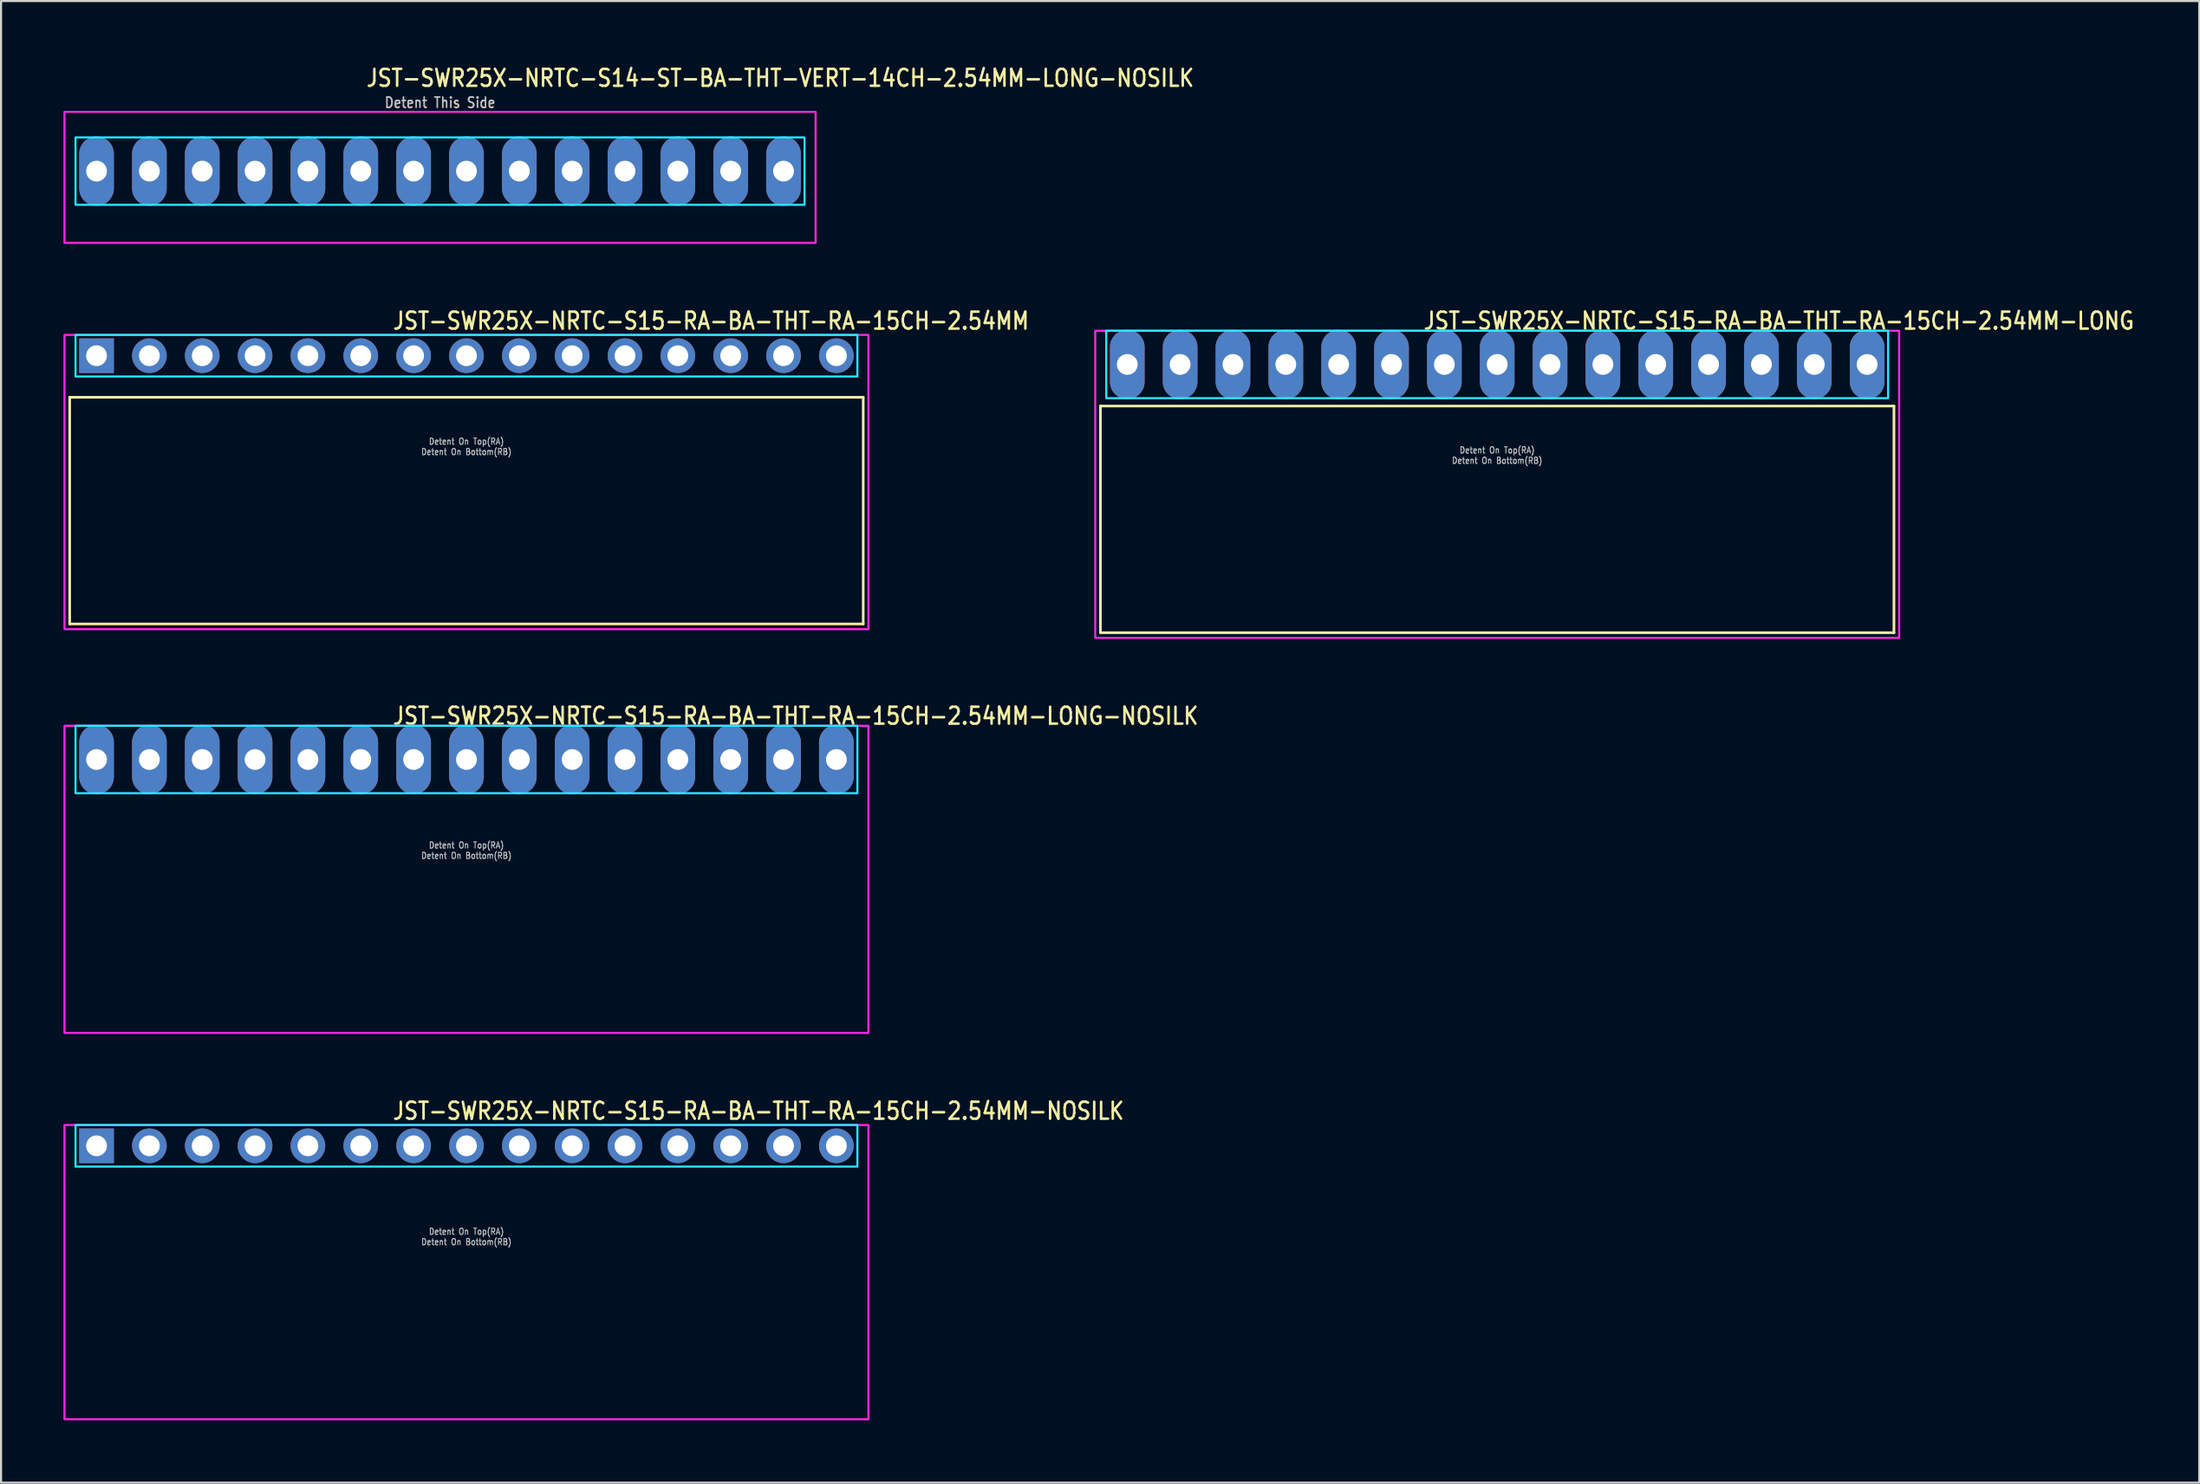
<source format=kicad_pcb>
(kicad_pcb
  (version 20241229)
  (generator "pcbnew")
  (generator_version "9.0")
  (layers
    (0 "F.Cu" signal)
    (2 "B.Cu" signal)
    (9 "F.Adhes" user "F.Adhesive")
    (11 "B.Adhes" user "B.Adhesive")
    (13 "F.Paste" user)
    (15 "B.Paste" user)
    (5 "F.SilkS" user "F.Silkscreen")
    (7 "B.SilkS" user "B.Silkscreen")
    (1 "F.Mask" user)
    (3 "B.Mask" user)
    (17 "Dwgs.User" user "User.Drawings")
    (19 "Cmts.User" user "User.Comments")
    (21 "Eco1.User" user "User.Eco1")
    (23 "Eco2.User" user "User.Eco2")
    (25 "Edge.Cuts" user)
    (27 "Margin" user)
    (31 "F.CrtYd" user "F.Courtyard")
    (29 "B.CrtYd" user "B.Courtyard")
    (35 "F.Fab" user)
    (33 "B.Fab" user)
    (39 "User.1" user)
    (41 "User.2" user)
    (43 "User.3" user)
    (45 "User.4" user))
  (footprint "JST-SWR25X-NRTC-S15-RA-BA-THT-RA-15CH-2.54MM"
    (layer "F.Cu")
    (at 19.37 14.057)
    (property "Reference" "JST-SWR25X-NRTC-S15-RA-BA-THT-RA-15CH-2.54MM" (at -3.6 -1.2 0) (unlocked yes) (layer "F.SilkS") (effects (font (size 0.813 0.695) (thickness 0.122)) (justify left bottom)))
    (fp_line (start -19.07 2) (end 19.07 2) (stroke (width 0.127) (type solid)) (layer "F.SilkS"))
    (fp_line (start -19.07 12.9) (end -19.07 2) (stroke (width 0.127) (type solid)) (layer "F.SilkS"))
    (fp_line (start -19.07 12.9) (end 19.07 12.9) (stroke (width 0.127) (type solid)) (layer "F.SilkS"))
    (fp_line (start 19.07 2) (end 19.07 12.9) (stroke (width 0.127) (type solid)) (layer "F.SilkS"))
    (fp_poly (pts (xy -18.79 -1) (xy -18.79 1) (xy 18.79 1) (xy 18.79 -1)) (stroke (width 0.1) (type solid)) (fill no) (layer "B.CrtYd"))
    (fp_poly (pts (xy -19.32 -1) (xy -19.32 13.15) (xy 19.32 13.15) (xy 19.32 -1)) (stroke (width 0.1) (type solid)) (fill no) (layer "F.CrtYd"))
    (fp_text user "Detent On Top(RA)" (at 0 4.3 0) (unlocked yes) (layer "Dwgs.User") (effects (font (size 0.3 0.257) (thickness 0.045)) (justify bottom)))
    (fp_text user "Detent On Bottom(RB)" (at 0 4.8 0) (unlocked yes) (layer "Dwgs.User") (effects (font (size 0.3 0.257) (thickness 0.045)) (justify bottom)))
    (pad "P$1" thru_hole rect (at -17.78 0) (size 1.667 1.667) (drill 1) (layers "*.Cu" "*.Mask"))
    (pad "P$2" thru_hole oval (at -15.24 0) (size 1.667 1.667) (drill 1) (layers "*.Cu" "*.Mask"))
    (pad "P$3" thru_hole oval (at -12.7 0) (size 1.667 1.667) (drill 1) (layers "*.Cu" "*.Mask"))
    (pad "P$4" thru_hole oval (at -10.16 0) (size 1.667 1.667) (drill 1) (layers "*.Cu" "*.Mask"))
    (pad "P$5" thru_hole oval (at -7.62 0) (size 1.667 1.667) (drill 1) (layers "*.Cu" "*.Mask"))
    (pad "P$6" thru_hole oval (at -5.08 0) (size 1.667 1.667) (drill 1) (layers "*.Cu" "*.Mask"))
    (pad "P$7" thru_hole oval (at -2.54 0) (size 1.667 1.667) (drill 1) (layers "*.Cu" "*.Mask"))
    (pad "P$8" thru_hole oval (at 0 0) (size 1.667 1.667) (drill 1) (layers "*.Cu" "*.Mask"))
    (pad "P$9" thru_hole oval (at 2.54 0) (size 1.667 1.667) (drill 1) (layers "*.Cu" "*.Mask"))
    (pad "P$10" thru_hole oval (at 5.08 0) (size 1.667 1.667) (drill 1) (layers "*.Cu" "*.Mask"))
    (pad "P$11" thru_hole oval (at 7.62 0) (size 1.667 1.667) (drill 1) (layers "*.Cu" "*.Mask"))
    (pad "P$12" thru_hole oval (at 10.16 0) (size 1.667 1.667) (drill 1) (layers "*.Cu" "*.Mask"))
    (pad "P$13" thru_hole oval (at 12.7 0) (size 1.667 1.667) (drill 1) (layers "*.Cu" "*.Mask"))
    (pad "P$14" thru_hole oval (at 15.24 0) (size 1.667 1.667) (drill 1) (layers "*.Cu" "*.Mask"))
    (pad "P$15" thru_hole oval (at 17.78 0) (size 1.667 1.667) (drill 1) (layers "*.Cu" "*.Mask")))
  (footprint "JST-SWR25X-NRTC-S15-RA-BA-THT-RA-15CH-2.54MM-NOSILK"
    (layer "F.Cu")
    (at 19.37 52.054)
    (property "Reference" "JST-SWR25X-NRTC-S15-RA-BA-THT-RA-15CH-2.54MM-NOSILK" (at -3.6 -1.2 0) (unlocked yes) (layer "F.SilkS") (effects (font (size 0.813 0.695) (thickness 0.122)) (justify left bottom)))
    (fp_poly (pts (xy -18.79 -1) (xy -18.79 1) (xy 18.79 1) (xy 18.79 -1)) (stroke (width 0.1) (type solid)) (fill no) (layer "B.CrtYd"))
    (fp_poly (pts (xy -19.32 -1) (xy -19.32 13.15) (xy 19.32 13.15) (xy 19.32 -1)) (stroke (width 0.1) (type solid)) (fill no) (layer "F.CrtYd"))
    (fp_text user "Detent On Top(RA)" (at 0 4.3 0) (unlocked yes) (layer "Dwgs.User") (effects (font (size 0.3 0.257) (thickness 0.045)) (justify bottom)))
    (fp_text user "Detent On Bottom(RB)" (at 0 4.8 0) (unlocked yes) (layer "Dwgs.User") (effects (font (size 0.3 0.257) (thickness 0.045)) (justify bottom)))
    (pad "P$1" thru_hole rect (at -17.78 0) (size 1.667 1.667) (drill 1) (layers "*.Cu" "*.Mask"))
    (pad "P$2" thru_hole oval (at -15.24 0) (size 1.667 1.667) (drill 1) (layers "*.Cu" "*.Mask"))
    (pad "P$3" thru_hole oval (at -12.7 0) (size 1.667 1.667) (drill 1) (layers "*.Cu" "*.Mask"))
    (pad "P$4" thru_hole oval (at -10.16 0) (size 1.667 1.667) (drill 1) (layers "*.Cu" "*.Mask"))
    (pad "P$5" thru_hole oval (at -7.62 0) (size 1.667 1.667) (drill 1) (layers "*.Cu" "*.Mask"))
    (pad "P$6" thru_hole oval (at -5.08 0) (size 1.667 1.667) (drill 1) (layers "*.Cu" "*.Mask"))
    (pad "P$7" thru_hole oval (at -2.54 0) (size 1.667 1.667) (drill 1) (layers "*.Cu" "*.Mask"))
    (pad "P$8" thru_hole oval (at 0 0) (size 1.667 1.667) (drill 1) (layers "*.Cu" "*.Mask"))
    (pad "P$9" thru_hole oval (at 2.54 0) (size 1.667 1.667) (drill 1) (layers "*.Cu" "*.Mask"))
    (pad "P$10" thru_hole oval (at 5.08 0) (size 1.667 1.667) (drill 1) (layers "*.Cu" "*.Mask"))
    (pad "P$11" thru_hole oval (at 7.62 0) (size 1.667 1.667) (drill 1) (layers "*.Cu" "*.Mask"))
    (pad "P$12" thru_hole oval (at 10.16 0) (size 1.667 1.667) (drill 1) (layers "*.Cu" "*.Mask"))
    (pad "P$13" thru_hole oval (at 12.7 0) (size 1.667 1.667) (drill 1) (layers "*.Cu" "*.Mask"))
    (pad "P$14" thru_hole oval (at 15.24 0) (size 1.667 1.667) (drill 1) (layers "*.Cu" "*.Mask"))
    (pad "P$15" thru_hole oval (at 17.78 0) (size 1.667 1.667) (drill 1) (layers "*.Cu" "*.Mask")))
  (footprint "JST-SWR25X-NRTC-S15-RA-BA-THT-RA-15CH-2.54MM-LONG-NOSILK"
    (layer "F.Cu")
    (at 19.37 33.476)
    (property "Reference" "JST-SWR25X-NRTC-S15-RA-BA-THT-RA-15CH-2.54MM-LONG-NOSILK" (at -3.6 -1.62 0) (unlocked yes) (layer "F.SilkS") (effects (font (size 0.813 0.695) (thickness 0.122)) (justify left bottom)))
    (fp_poly (pts (xy -18.79 -1.62) (xy -18.79 1.62) (xy 18.79 1.62) (xy 18.79 -1.62)) (stroke (width 0.1) (type solid)) (fill no) (layer "B.CrtYd"))
    (fp_poly (pts (xy -19.32 -1.62) (xy -19.32 13.15) (xy 19.32 13.15) (xy 19.32 -1.62)) (stroke (width 0.1) (type solid)) (fill no) (layer "F.CrtYd"))
    (fp_text user "Detent On Bottom(RB)" (at 0 4.8 0) (unlocked yes) (layer "Dwgs.User") (effects (font (size 0.3 0.257) (thickness 0.045)) (justify bottom)))
    (fp_text user "Detent On Top(RA)" (at 0 4.3 0) (unlocked yes) (layer "Dwgs.User") (effects (font (size 0.3 0.257) (thickness 0.045)) (justify bottom)))
    (pad "P$1" thru_hole oval (at -17.78 0 90) (size 3.333 1.667) (drill 1) (layers "*.Cu" "*.Mask"))
    (pad "P$2" thru_hole oval (at -15.24 0 90) (size 3.333 1.667) (drill 1) (layers "*.Cu" "*.Mask"))
    (pad "P$3" thru_hole oval (at -12.7 0 90) (size 3.333 1.667) (drill 1) (layers "*.Cu" "*.Mask"))
    (pad "P$4" thru_hole oval (at -10.16 0 90) (size 3.333 1.667) (drill 1) (layers "*.Cu" "*.Mask"))
    (pad "P$5" thru_hole oval (at -7.62 0 90) (size 3.333 1.667) (drill 1) (layers "*.Cu" "*.Mask"))
    (pad "P$6" thru_hole oval (at -5.08 0 90) (size 3.333 1.667) (drill 1) (layers "*.Cu" "*.Mask"))
    (pad "P$7" thru_hole oval (at -2.54 0 90) (size 3.333 1.667) (drill 1) (layers "*.Cu" "*.Mask"))
    (pad "P$8" thru_hole oval (at 0 0 90) (size 3.333 1.667) (drill 1) (layers "*.Cu" "*.Mask"))
    (pad "P$9" thru_hole oval (at 2.54 0 90) (size 3.333 1.667) (drill 1) (layers "*.Cu" "*.Mask"))
    (pad "P$10" thru_hole oval (at 5.08 0 90) (size 3.333 1.667) (drill 1) (layers "*.Cu" "*.Mask"))
    (pad "P$11" thru_hole oval (at 7.62 0 90) (size 3.333 1.667) (drill 1) (layers "*.Cu" "*.Mask"))
    (pad "P$12" thru_hole oval (at 10.16 0 90) (size 3.333 1.667) (drill 1) (layers "*.Cu" "*.Mask"))
    (pad "P$13" thru_hole oval (at 12.7 0 90) (size 3.333 1.667) (drill 1) (layers "*.Cu" "*.Mask"))
    (pad "P$14" thru_hole oval (at 15.24 0 90) (size 3.333 1.667) (drill 1) (layers "*.Cu" "*.Mask"))
    (pad "P$15" thru_hole oval (at 17.78 0 90) (size 3.333 1.667) (drill 1) (layers "*.Cu" "*.Mask")))
  (footprint "JST-SWR25X-NRTC-S14-ST-BA-THT-VERT-14CH-2.54MM-LONG-NOSILK"
    (layer "F.Cu")
    (at 18.1 5.179)
    (property "Reference" "JST-SWR25X-NRTC-S14-ST-BA-THT-VERT-14CH-2.54MM-LONG-NOSILK" (at -3.6 -4 0) (unlocked yes) (layer "F.SilkS") (effects (font (size 0.813 0.695) (thickness 0.122)) (justify left bottom)))
    (fp_poly (pts (xy -17.52 -1.62) (xy -17.52 1.62) (xy 17.52 1.62) (xy 17.52 -1.62)) (stroke (width 0.1) (type solid)) (fill no) (layer "B.CrtYd"))
    (fp_poly (pts (xy -18.05 -2.85) (xy -18.05 3.45) (xy 18.05 3.45) (xy 18.05 -2.85)) (stroke (width 0.1) (type solid)) (fill no) (layer "F.CrtYd"))
    (fp_text user "Detent This Side" (at 0 -3 0) (unlocked yes) (layer "Dwgs.User") (effects (font (size 0.5 0.427) (thickness 0.075)) (justify bottom)))
    (pad "P$1" thru_hole oval (at -16.51 0 90) (size 3.333 1.667) (drill 1) (layers "*.Cu" "*.Mask"))
    (pad "P$2" thru_hole oval (at -13.97 0 90) (size 3.333 1.667) (drill 1) (layers "*.Cu" "*.Mask"))
    (pad "P$3" thru_hole oval (at -11.43 0 90) (size 3.333 1.667) (drill 1) (layers "*.Cu" "*.Mask"))
    (pad "P$4" thru_hole oval (at -8.89 0 90) (size 3.333 1.667) (drill 1) (layers "*.Cu" "*.Mask"))
    (pad "P$5" thru_hole oval (at -6.35 0 90) (size 3.333 1.667) (drill 1) (layers "*.Cu" "*.Mask"))
    (pad "P$6" thru_hole oval (at -3.81 0 90) (size 3.333 1.667) (drill 1) (layers "*.Cu" "*.Mask"))
    (pad "P$7" thru_hole oval (at -1.27 0 90) (size 3.333 1.667) (drill 1) (layers "*.Cu" "*.Mask"))
    (pad "P$8" thru_hole oval (at 1.27 0 90) (size 3.333 1.667) (drill 1) (layers "*.Cu" "*.Mask"))
    (pad "P$9" thru_hole oval (at 3.81 0 90) (size 3.333 1.667) (drill 1) (layers "*.Cu" "*.Mask"))
    (pad "P$10" thru_hole oval (at 6.35 0 90) (size 3.333 1.667) (drill 1) (layers "*.Cu" "*.Mask"))
    (pad "P$11" thru_hole oval (at 8.89 0 90) (size 3.333 1.667) (drill 1) (layers "*.Cu" "*.Mask"))
    (pad "P$12" thru_hole oval (at 11.43 0 90) (size 3.333 1.667) (drill 1) (layers "*.Cu" "*.Mask"))
    (pad "P$13" thru_hole oval (at 13.97 0 90) (size 3.333 1.667) (drill 1) (layers "*.Cu" "*.Mask"))
    (pad "P$14" thru_hole oval (at 16.51 0 90) (size 3.333 1.667) (drill 1) (layers "*.Cu" "*.Mask")))
  (footprint "JST-SWR25X-NRTC-S15-RA-BA-THT-RA-15CH-2.54MM-LONG"
    (layer "F.Cu")
    (at 68.911 14.477)
    (property "Reference" "JST-SWR25X-NRTC-S15-RA-BA-THT-RA-15CH-2.54MM-LONG" (at -3.6 -1.62 0) (unlocked yes) (layer "F.SilkS") (effects (font (size 0.813 0.695) (thickness 0.122)) (justify left bottom)))
    (fp_line (start -19.07 2) (end 19.07 2) (stroke (width 0.127) (type solid)) (layer "F.SilkS"))
    (fp_line (start -19.07 12.9) (end -19.07 2) (stroke (width 0.127) (type solid)) (layer "F.SilkS"))
    (fp_line (start -19.07 12.9) (end 19.07 12.9) (stroke (width 0.127) (type solid)) (layer "F.SilkS"))
    (fp_line (start 19.07 2) (end 19.07 12.9) (stroke (width 0.127) (type solid)) (layer "F.SilkS"))
    (fp_poly (pts (xy -18.79 -1.62) (xy -18.79 1.62) (xy 18.79 1.62) (xy 18.79 -1.62)) (stroke (width 0.1) (type solid)) (fill no) (layer "B.CrtYd"))
    (fp_poly (pts (xy -19.32 -1.62) (xy -19.32 13.15) (xy 19.32 13.15) (xy 19.32 -1.62)) (stroke (width 0.1) (type solid)) (fill no) (layer "F.CrtYd"))
    (fp_text user "Detent On Bottom(RB)" (at 0 4.8 0) (unlocked yes) (layer "Dwgs.User") (effects (font (size 0.3 0.257) (thickness 0.045)) (justify bottom)))
    (fp_text user "Detent On Top(RA)" (at 0 4.3 0) (unlocked yes) (layer "Dwgs.User") (effects (font (size 0.3 0.257) (thickness 0.045)) (justify bottom)))
    (pad "P$1" thru_hole oval (at -17.78 0 90) (size 3.333 1.667) (drill 1) (layers "*.Cu" "*.Mask"))
    (pad "P$2" thru_hole oval (at -15.24 0 90) (size 3.333 1.667) (drill 1) (layers "*.Cu" "*.Mask"))
    (pad "P$3" thru_hole oval (at -12.7 0 90) (size 3.333 1.667) (drill 1) (layers "*.Cu" "*.Mask"))
    (pad "P$4" thru_hole oval (at -10.16 0 90) (size 3.333 1.667) (drill 1) (layers "*.Cu" "*.Mask"))
    (pad "P$5" thru_hole oval (at -7.62 0 90) (size 3.333 1.667) (drill 1) (layers "*.Cu" "*.Mask"))
    (pad "P$6" thru_hole oval (at -5.08 0 90) (size 3.333 1.667) (drill 1) (layers "*.Cu" "*.Mask"))
    (pad "P$7" thru_hole oval (at -2.54 0 90) (size 3.333 1.667) (drill 1) (layers "*.Cu" "*.Mask"))
    (pad "P$8" thru_hole oval (at 0 0 90) (size 3.333 1.667) (drill 1) (layers "*.Cu" "*.Mask"))
    (pad "P$9" thru_hole oval (at 2.54 0 90) (size 3.333 1.667) (drill 1) (layers "*.Cu" "*.Mask"))
    (pad "P$10" thru_hole oval (at 5.08 0 90) (size 3.333 1.667) (drill 1) (layers "*.Cu" "*.Mask"))
    (pad "P$11" thru_hole oval (at 7.62 0 90) (size 3.333 1.667) (drill 1) (layers "*.Cu" "*.Mask"))
    (pad "P$12" thru_hole oval (at 10.16 0 90) (size 3.333 1.667) (drill 1) (layers "*.Cu" "*.Mask"))
    (pad "P$13" thru_hole oval (at 12.7 0 90) (size 3.333 1.667) (drill 1) (layers "*.Cu" "*.Mask"))
    (pad "P$14" thru_hole oval (at 15.24 0 90) (size 3.333 1.667) (drill 1) (layers "*.Cu" "*.Mask"))
    (pad "P$15" thru_hole oval (at 17.78 0 90) (size 3.333 1.667) (drill 1) (layers "*.Cu" "*.Mask")))
  (gr_rect
    (start -3 -3)
    (end 102.656 68.254)
    (stroke (width 0.1) (type default))
    (fill no)
    (layer "Edge.Cuts")))
</source>
